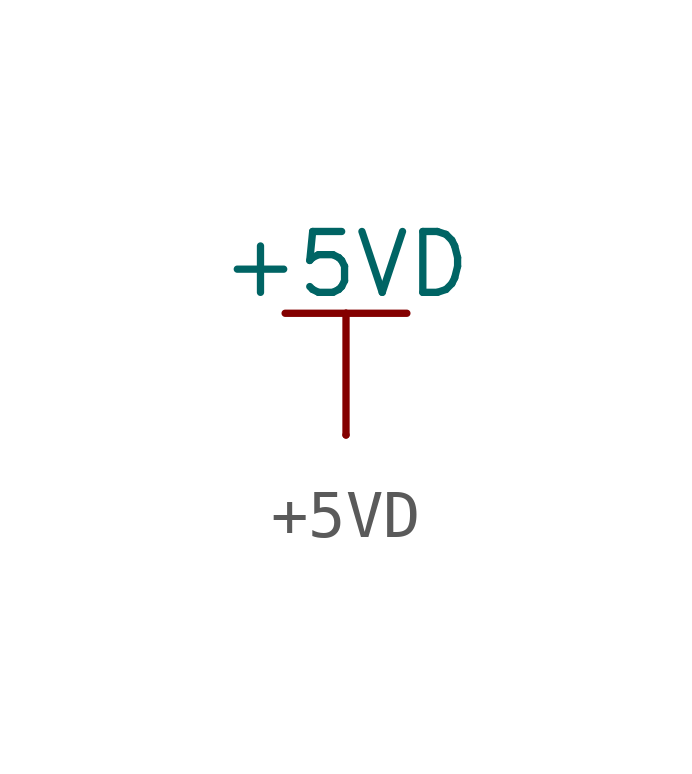
<source format=kicad_sym>
(kicad_symbol_lib
  (version 20241209)
  (generator "kicad_symbol_editor")
  (generator_version "9.0")
  (symbol "+5VD"
    (power)
    (pin_numbers
      (hide yes))
    (pin_names
      (offset 0)
      (hide yes))
    (property "Reference" "#PWR"
      (at 0 -3.81 0)
      (effects (font (size 1.27 1.27)) (hide yes)))
    (property "Value" "+5VD"
      (at 0 3.556 0)
      (effects (font (size 1.27 1.27))))
    (symbol "+5VD_0_1"
      (polyline (pts (xy -1.27 2.54) (xy 0 2.54)) (stroke (width 0) (type default)) (fill (type none)))
      (polyline (pts (xy 0 2.54) (xy 1.27 2.54)) (stroke (width 0) (type default)) (fill (type none)))
      (polyline (pts (xy 0 0) (xy 0 2.54)) (stroke (width 0) (type default)) (fill (type none))))
    (symbol "+5VD_1_1"
      (pin power_in line (at 0 0 90) (length 0) (name "~" (effects (font (size 1.27 1.27)))) (number "1" (effects (font (size 1.27 1.27))))))))
</source>
